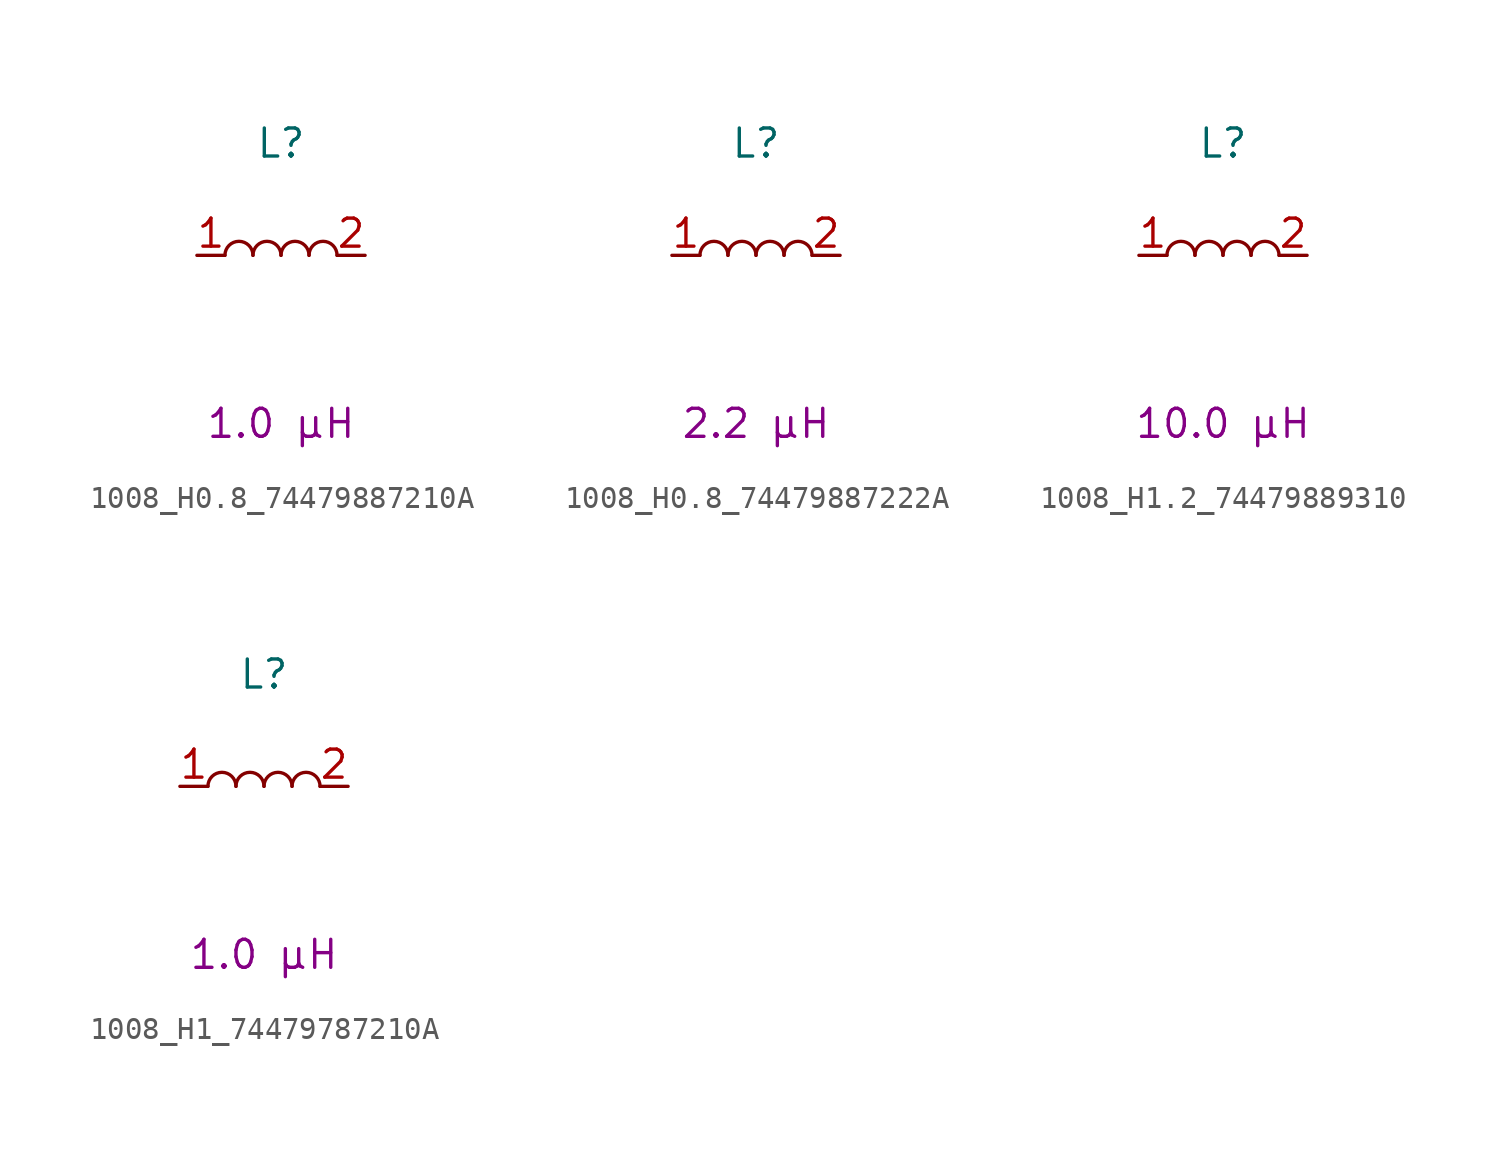
<source format=kicad_sym>
(kicad_symbol_lib
  (version 20220914)
  (generator kicad_symbol_editor)
  (symbol "1008_H0.8_74479887210A"
    (pin_names hide)
    (property "Reference" "L"
      (at 0 5.08 0)
      (effects (font (size 1.27 1.27))))
    (property "Critical Parameter" "1.0 µH"
      (at 0 -7.62 0)
      (effects (font (size 1.27 1.27))))
    (symbol "1008_H0.8_74479887210A_0_1"
      (arc (start -1.27 0) (mid -1.905 0.6323) (end -2.54 0) (stroke (width 0) (type default)) (fill (type none)))
      (arc (start 0 0) (mid -0.635 0.6323) (end -1.27 0) (stroke (width 0) (type default)) (fill (type none)))
      (arc (start 1.27 0) (mid 0.635 0.6323) (end 0 0) (stroke (width 0) (type default)) (fill (type none)))
      (arc (start 2.54 0) (mid 1.905 0.6323) (end 1.27 0) (stroke (width 0) (type default)) (fill (type none))))
    (symbol "1008_H0.8_74479887210A_1_1"
      (pin passive line (at -3.81 0 0) (length 1.27) (name "1" (effects (font (size 1.27 1.27)))) (number "1" (effects (font (size 1.27 1.27)))))
      (pin passive line (at 3.81 0 180) (length 1.27) (name "2" (effects (font (size 1.27 1.27)))) (number "2" (effects (font (size 1.27 1.27)))))))
  (symbol "1008_H0.8_74479887222A"
    (pin_names hide)
    (property "Reference" "L"
      (at 0 5.08 0)
      (effects (font (size 1.27 1.27))))
    (property "Critical Parameter" "2.2 µH"
      (at 0 -7.62 0)
      (effects (font (size 1.27 1.27))))
    (symbol "1008_H0.8_74479887222A_0_1"
      (arc (start -1.27 0) (mid -1.905 0.6323) (end -2.54 0) (stroke (width 0) (type default)) (fill (type none)))
      (arc (start 0 0) (mid -0.635 0.6323) (end -1.27 0) (stroke (width 0) (type default)) (fill (type none)))
      (arc (start 1.27 0) (mid 0.635 0.6323) (end 0 0) (stroke (width 0) (type default)) (fill (type none)))
      (arc (start 2.54 0) (mid 1.905 0.6323) (end 1.27 0) (stroke (width 0) (type default)) (fill (type none))))
    (symbol "1008_H0.8_74479887222A_1_1"
      (pin passive line (at -3.81 0 0) (length 1.27) (name "1" (effects (font (size 1.27 1.27)))) (number "1" (effects (font (size 1.27 1.27)))))
      (pin passive line (at 3.81 0 180) (length 1.27) (name "2" (effects (font (size 1.27 1.27)))) (number "2" (effects (font (size 1.27 1.27)))))))
  (symbol "1008_H1.2_74479889310"
    (pin_names hide)
    (property "Reference" "L"
      (at 0 5.08 0)
      (effects (font (size 1.27 1.27))))
    (property "Critical Parameter" "10.0 µH"
      (at 0 -7.62 0)
      (effects (font (size 1.27 1.27))))
    (symbol "1008_H1.2_74479889310_0_1"
      (arc (start -1.27 0) (mid -1.905 0.6323) (end -2.54 0) (stroke (width 0) (type default)) (fill (type none)))
      (arc (start 0 0) (mid -0.635 0.6323) (end -1.27 0) (stroke (width 0) (type default)) (fill (type none)))
      (arc (start 1.27 0) (mid 0.635 0.6323) (end 0 0) (stroke (width 0) (type default)) (fill (type none)))
      (arc (start 2.54 0) (mid 1.905 0.6323) (end 1.27 0) (stroke (width 0) (type default)) (fill (type none))))
    (symbol "1008_H1.2_74479889310_1_1"
      (pin passive line (at -3.81 0 0) (length 1.27) (name "1" (effects (font (size 1.27 1.27)))) (number "1" (effects (font (size 1.27 1.27)))))
      (pin passive line (at 3.81 0 180) (length 1.27) (name "2" (effects (font (size 1.27 1.27)))) (number "2" (effects (font (size 1.27 1.27)))))))
  (symbol "1008_H1_74479787210A"
    (pin_names hide)
    (property "Reference" "L"
      (at 0 5.08 0)
      (effects (font (size 1.27 1.27))))
    (property "Critical Parameter" "1.0 µH"
      (at 0 -7.62 0)
      (effects (font (size 1.27 1.27))))
    (symbol "1008_H1_74479787210A_0_1"
      (arc (start -1.27 0) (mid -1.905 0.6323) (end -2.54 0) (stroke (width 0) (type default)) (fill (type none)))
      (arc (start 0 0) (mid -0.635 0.6323) (end -1.27 0) (stroke (width 0) (type default)) (fill (type none)))
      (arc (start 1.27 0) (mid 0.635 0.6323) (end 0 0) (stroke (width 0) (type default)) (fill (type none)))
      (arc (start 2.54 0) (mid 1.905 0.6323) (end 1.27 0) (stroke (width 0) (type default)) (fill (type none))))
    (symbol "1008_H1_74479787210A_1_1"
      (pin passive line (at -3.81 0 0) (length 1.27) (name "1" (effects (font (size 1.27 1.27)))) (number "1" (effects (font (size 1.27 1.27)))))
      (pin passive line (at 3.81 0 180) (length 1.27) (name "2" (effects (font (size 1.27 1.27)))) (number "2" (effects (font (size 1.27 1.27))))))))
</source>
